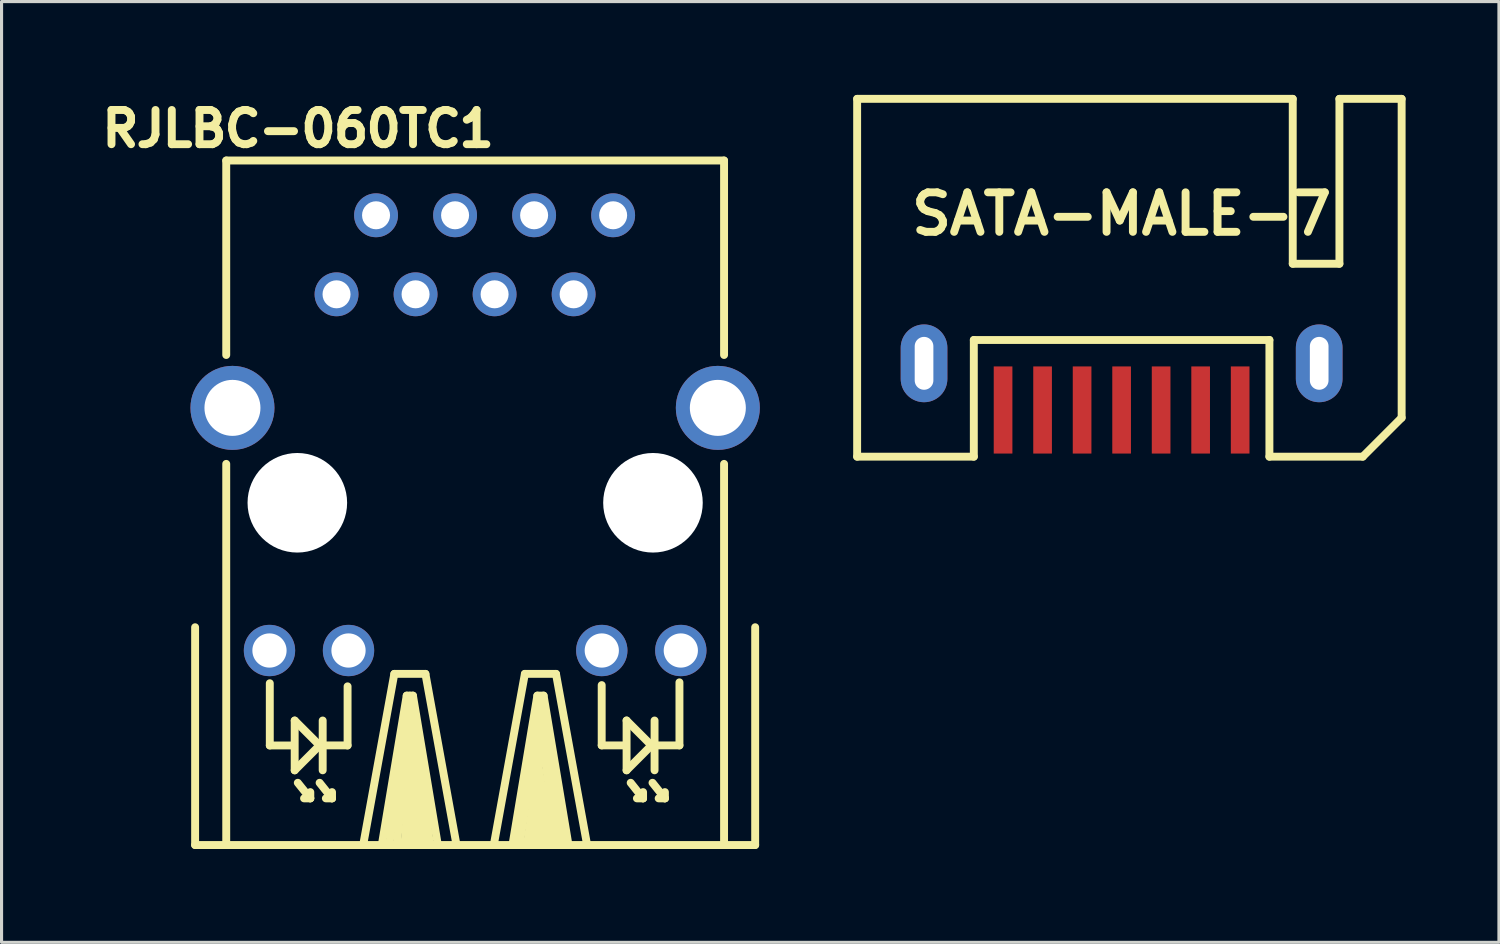
<source format=kicad_pcb>
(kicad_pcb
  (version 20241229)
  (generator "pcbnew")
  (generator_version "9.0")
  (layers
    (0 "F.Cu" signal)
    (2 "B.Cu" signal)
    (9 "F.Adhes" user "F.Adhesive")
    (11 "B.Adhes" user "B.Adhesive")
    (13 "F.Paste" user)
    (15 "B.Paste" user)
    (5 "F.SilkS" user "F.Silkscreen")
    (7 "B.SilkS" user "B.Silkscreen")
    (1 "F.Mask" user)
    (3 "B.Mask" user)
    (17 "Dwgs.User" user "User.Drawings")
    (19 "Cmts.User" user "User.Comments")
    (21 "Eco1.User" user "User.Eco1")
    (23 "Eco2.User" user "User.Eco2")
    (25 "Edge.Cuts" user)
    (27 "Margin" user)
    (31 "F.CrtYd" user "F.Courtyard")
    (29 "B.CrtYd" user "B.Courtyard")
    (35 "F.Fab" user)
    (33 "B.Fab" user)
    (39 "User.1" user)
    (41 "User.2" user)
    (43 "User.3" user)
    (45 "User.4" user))
  (footprint "SATA-MALE-7"
    (layer "F.Cu")
    (at 32.998 8.627)
    (property "Reference" "SATA-MALE-7" (at 0 -4.8 0) (layer "F.SilkS") (effects (font (size 1.27 1.27) (thickness 0.254))))
    (attr smd)
    (fp_line (start -8.5 -8.5) (end -8.5 3) (stroke (width 0.254) (type solid)) (layer "F.SilkS"))
    (fp_line (start -8.5 3) (end -4.75 3) (stroke (width 0.254) (type solid)) (layer "F.SilkS"))
    (fp_line (start -4.75 -0.75) (end 4.75 -0.75) (stroke (width 0.254) (type solid)) (layer "F.SilkS"))
    (fp_line (start -4.75 3) (end -4.75 -0.75) (stroke (width 0.254) (type solid)) (layer "F.SilkS"))
    (fp_line (start 4.75 -0.75) (end 4.75 3) (stroke (width 0.254) (type solid)) (layer "F.SilkS"))
    (fp_line (start 4.75 3) (end 7.75 3) (stroke (width 0.254) (type solid)) (layer "F.SilkS"))
    (fp_line (start 5.5 -8.5) (end -8.5 -8.5) (stroke (width 0.254) (type solid)) (layer "F.SilkS"))
    (fp_line (start 5.5 -3.2) (end 5.5 -8.5) (stroke (width 0.254) (type solid)) (layer "F.SilkS"))
    (fp_line (start 7 -8.5) (end 7 -3.2) (stroke (width 0.254) (type solid)) (layer "F.SilkS"))
    (fp_line (start 7 -3.2) (end 5.5 -3.2) (stroke (width 0.254) (type solid)) (layer "F.SilkS"))
    (fp_line (start 7.75 3) (end 9 1.75) (stroke (width 0.254) (type solid)) (layer "F.SilkS"))
    (fp_line (start 9 -8.5) (end 7 -8.5) (stroke (width 0.254) (type solid)) (layer "F.SilkS"))
    (fp_line (start 9 1.75) (end 9 -8.5) (stroke (width 0.254) (type solid)) (layer "F.SilkS"))
    (pad "" smd rect (at -6.35 0) (size 1.5 2.5) (layers "F.Paste"))
    (pad "" smd rect (at 6.35 0) (size 1.5 2.5) (layers "F.Paste"))
    (pad "0" thru_hole oval (at -6.35 0) (size 1.5 2.5) (drill oval 0.6 1.7) (layers "*.Cu" "*.Mask"))
    (pad "0" thru_hole oval (at 6.35 0) (size 1.5 2.5) (drill oval 0.6 1.7) (layers "*.Cu" "*.Mask"))
    (pad "1" smd rect (at -3.81 1.5) (size 0.6 2.8) (layers "F.Cu" "F.Mask" "F.Paste"))
    (pad "2" smd rect (at -2.54 1.5) (size 0.6 2.8) (layers "F.Cu" "F.Mask" "F.Paste"))
    (pad "3" smd rect (at -1.27 1.5) (size 0.6 2.8) (layers "F.Cu" "F.Mask" "F.Paste"))
    (pad "4" smd rect (at 0 1.5) (size 0.6 2.8) (layers "F.Cu" "F.Mask" "F.Paste"))
    (pad "5" smd rect (at 1.27 1.5) (size 0.6 2.8) (layers "F.Cu" "F.Mask" "F.Paste"))
    (pad "6" smd rect (at 2.54 1.5) (size 0.6 2.8) (layers "F.Cu" "F.Mask" "F.Paste"))
    (pad "7" smd rect (at 3.81 1.5) (size 0.6 2.8) (layers "F.Cu" "F.Mask" "F.Paste")))
  (footprint "RJLBC-060TC1"
    (layer "F.Cu")
    (at 12.221 13.109)
    (property "Reference" "RJLBC-060TC1" (at -5.69 -12.02 0) (layer "F.SilkS") (effects (font (size 1.1 1.1) (thickness 0.254))))
    (attr through_hole)
    (fp_line (start -9 11) (end -9 4) (stroke (width 0.254) (type solid)) (layer "F.SilkS"))
    (fp_line (start -8 -11) (end 8 -11) (stroke (width 0.254) (type solid)) (layer "F.SilkS"))
    (fp_line (start -8 -4.75) (end -8 -11) (stroke (width 0.254) (type solid)) (layer "F.SilkS"))
    (fp_line (start -8 11) (end -9 11) (stroke (width 0.254) (type solid)) (layer "F.SilkS"))
    (fp_line (start -8 11) (end -8 -1.25) (stroke (width 0.254) (type solid)) (layer "F.SilkS"))
    (fp_line (start -6.6 5.8) (end -6.6 7.8) (stroke (width 0.254) (type solid)) (layer "F.SilkS"))
    (fp_line (start -6.6 7.8) (end -5.9 7.8) (stroke (width 0.254) (type solid)) (layer "F.SilkS"))
    (fp_line (start -5.8 7) (end -5.8 8.6) (stroke (width 0.254) (type solid)) (layer "F.SilkS"))
    (fp_line (start -5.799 6.998) (end -4.999 7.798) (stroke (width 0.254) (type solid)) (layer "F.SilkS"))
    (fp_line (start -5.7 8.999) (end -5.298 9.5) (stroke (width 0.254) (type solid)) (layer "F.SilkS"))
    (fp_line (start -5.298 9.5) (end -5.499 9.5) (stroke (width 0.254) (type solid)) (layer "F.SilkS"))
    (fp_line (start -5.298 9.5) (end -5.298 9.299) (stroke (width 0.254) (type solid)) (layer "F.SilkS"))
    (fp_line (start -4.999 7.798) (end -5.799 8.598) (stroke (width 0.254) (type solid)) (layer "F.SilkS"))
    (fp_line (start -4.999 8.999) (end -4.6 9.5) (stroke (width 0.254) (type solid)) (layer "F.SilkS"))
    (fp_line (start -4.9 6.998) (end -4.9 8.598) (stroke (width 0.254) (type solid)) (layer "F.SilkS"))
    (fp_line (start -4.798 7.798) (end -4.1 7.798) (stroke (width 0.254) (type solid)) (layer "F.SilkS"))
    (fp_line (start -4.6 9.5) (end -4.798 9.5) (stroke (width 0.254) (type solid)) (layer "F.SilkS"))
    (fp_line (start -4.6 9.5) (end -4.6 9.299) (stroke (width 0.254) (type solid)) (layer "F.SilkS"))
    (fp_line (start -4.1 7.8) (end -4.1 5.9) (stroke (width 0.254) (type solid)) (layer "F.SilkS"))
    (fp_line (start -3.599 10.998) (end -2.598 5.499) (stroke (width 0.254) (type solid)) (layer "F.SilkS"))
    (fp_line (start -3 10.998) (end -2.2 6.198) (stroke (width 0.254) (type solid)) (layer "F.SilkS"))
    (fp_line (start -2.598 5.499) (end -1.598 5.499) (stroke (width 0.254) (type solid)) (layer "F.SilkS"))
    (fp_line (start -2.2 6.198) (end -1.999 6.198) (stroke (width 0.254) (type solid)) (layer "F.SilkS"))
    (fp_line (start -2.17 9.36) (end -1.97 11) (stroke (width 0.254) (type solid)) (layer "F.SilkS"))
    (fp_line (start -2.13 7.77) (end -1.77 10.98) (stroke (width 0.254) (type solid)) (layer "F.SilkS"))
    (fp_line (start -2.12 6.96) (end -1.56 10.99) (stroke (width 0.254) (type solid)) (layer "F.SilkS"))
    (fp_line (start -2.11 6.35) (end -2.76 10.98) (stroke (width 0.254) (type solid)) (layer "F.SilkS"))
    (fp_line (start -2.11 7.25) (end -2.52 10.98) (stroke (width 0.254) (type solid)) (layer "F.SilkS"))
    (fp_line (start -2.1 6.2) (end -1.45 10.99) (stroke (width 0.254) (type solid)) (layer "F.SilkS"))
    (fp_line (start -2.08 8.48) (end -2.27 10.99) (stroke (width 0.254) (type solid)) (layer "F.SilkS"))
    (fp_line (start -2 10.13) (end -2.14 10.94) (stroke (width 0.254) (type solid)) (layer "F.SilkS"))
    (fp_line (start -1.999 6.198) (end -1.199 10.998) (stroke (width 0.254) (type solid)) (layer "F.SilkS"))
    (fp_line (start -1.598 5.499) (end -0.599 10.998) (stroke (width 0.254) (type solid)) (layer "F.SilkS"))
    (fp_line (start -1.199 10.998) (end -3 10.998) (stroke (width 0.254) (type solid)) (layer "F.SilkS"))
    (fp_line (start 0.599 10.998) (end 1.598 5.499) (stroke (width 0.254) (type solid)) (layer "F.SilkS"))
    (fp_line (start 1.199 10.998) (end 1.999 6.198) (stroke (width 0.254) (type solid)) (layer "F.SilkS"))
    (fp_line (start 1.598 5.499) (end 2.598 5.499) (stroke (width 0.254) (type solid)) (layer "F.SilkS"))
    (fp_line (start 1.98 9.39) (end 2.26 10.97) (stroke (width 0.254) (type solid)) (layer "F.SilkS"))
    (fp_line (start 1.999 6.198) (end 2.2 6.198) (stroke (width 0.254) (type solid)) (layer "F.SilkS"))
    (fp_line (start 2.02 8.36) (end 2.42 10.93) (stroke (width 0.254) (type solid)) (layer "F.SilkS"))
    (fp_line (start 2.05 8.78) (end 1.9 10.96) (stroke (width 0.254) (type solid)) (layer "F.SilkS"))
    (fp_line (start 2.09 6.39) (end 2.81 10.99) (stroke (width 0.254) (type solid)) (layer "F.SilkS"))
    (fp_line (start 2.09 7.14) (end 2.61 10.87) (stroke (width 0.254) (type solid)) (layer "F.SilkS"))
    (fp_line (start 2.09 10.1) (end 2.09 10.97) (stroke (width 0.254) (type solid)) (layer "F.SilkS"))
    (fp_line (start 2.1 6.56) (end 1.43 10.98) (stroke (width 0.254) (type solid)) (layer "F.SilkS"))
    (fp_line (start 2.15 7.61) (end 1.67 10.97) (stroke (width 0.254) (type solid)) (layer "F.SilkS"))
    (fp_line (start 2.2 6.198) (end 3 10.998) (stroke (width 0.254) (type solid)) (layer "F.SilkS"))
    (fp_line (start 2.598 5.499) (end 3.599 10.998) (stroke (width 0.254) (type solid)) (layer "F.SilkS"))
    (fp_line (start 3 10.998) (end 1.199 10.998) (stroke (width 0.254) (type solid)) (layer "F.SilkS"))
    (fp_line (start 4.067 7.798) (end 4.067 5.86) (stroke (width 0.254) (type solid)) (layer "F.SilkS"))
    (fp_line (start 4.768 7.798) (end 4.067 7.798) (stroke (width 0.254) (type solid)) (layer "F.SilkS"))
    (fp_line (start 4.867 8.598) (end 4.867 6.998) (stroke (width 0.254) (type solid)) (layer "F.SilkS"))
    (fp_line (start 4.867 8.598) (end 5.667 7.798) (stroke (width 0.254) (type solid)) (layer "F.SilkS"))
    (fp_line (start 4.999 8.999) (end 5.397 9.5) (stroke (width 0.254) (type solid)) (layer "F.SilkS"))
    (fp_line (start 5.397 9.5) (end 5.199 9.5) (stroke (width 0.254) (type solid)) (layer "F.SilkS"))
    (fp_line (start 5.397 9.5) (end 5.397 9.299) (stroke (width 0.254) (type solid)) (layer "F.SilkS"))
    (fp_line (start 5.667 7.798) (end 4.867 6.998) (stroke (width 0.254) (type solid)) (layer "F.SilkS"))
    (fp_line (start 5.7 8.999) (end 6.099 9.5) (stroke (width 0.254) (type solid)) (layer "F.SilkS"))
    (fp_line (start 5.766 8.598) (end 5.766 6.998) (stroke (width 0.254) (type solid)) (layer "F.SilkS"))
    (fp_line (start 6.099 9.5) (end 5.898 9.5) (stroke (width 0.254) (type solid)) (layer "F.SilkS"))
    (fp_line (start 6.099 9.5) (end 6.099 9.299) (stroke (width 0.254) (type solid)) (layer "F.SilkS"))
    (fp_line (start 6.566 5.771) (end 6.566 7.798) (stroke (width 0.254) (type solid)) (layer "F.SilkS"))
    (fp_line (start 6.566 7.798) (end 5.867 7.798) (stroke (width 0.254) (type solid)) (layer "F.SilkS"))
    (fp_line (start 8 -11) (end 8 -4.75) (stroke (width 0.254) (type solid)) (layer "F.SilkS"))
    (fp_line (start 8 -1.25) (end 8 11) (stroke (width 0.254) (type solid)) (layer "F.SilkS"))
    (fp_line (start 8 11) (end -8 11) (stroke (width 0.254) (type solid)) (layer "F.SilkS"))
    (fp_line (start 8 11) (end 9 11) (stroke (width 0.254) (type solid)) (layer "F.SilkS"))
    (fp_line (start 9 11) (end 9 4) (stroke (width 0.254) (type solid)) (layer "F.SilkS"))
    (pad "" np_thru_hole circle (at -5.715 0) (size 3.2 3.2) (drill 3.2) (layers "*.Cu" "*.Mask"))
    (pad "" np_thru_hole circle (at 5.715 0) (size 3.2 3.2) (drill 3.2) (layers "*.Cu" "*.Mask"))
    (pad "1" thru_hole circle (at -4.455 -6.7) (size 1.41 1.41) (drill 0.9) (layers "*.Cu" "*.Mask"))
    (pad "2" thru_hole circle (at -3.185 -9.24) (size 1.41 1.41) (drill 0.9) (layers "*.Cu" "*.Mask"))
    (pad "3" thru_hole circle (at -1.915 -6.7) (size 1.41 1.41) (drill 0.9) (layers "*.Cu" "*.Mask"))
    (pad "4" thru_hole circle (at -0.645 -9.24) (size 1.41 1.41) (drill 0.9) (layers "*.Cu" "*.Mask"))
    (pad "5" thru_hole circle (at 0.625 -6.7) (size 1.41 1.41) (drill 0.9) (layers "*.Cu" "*.Mask"))
    (pad "6" thru_hole circle (at 1.895 -9.24) (size 1.41 1.41) (drill 0.9) (layers "*.Cu" "*.Mask"))
    (pad "7" thru_hole circle (at 3.165 -6.7) (size 1.41 1.41) (drill 0.9) (layers "*.Cu" "*.Mask"))
    (pad "8" thru_hole circle (at 4.435 -9.24) (size 1.41 1.41) (drill 0.9) (layers "*.Cu" "*.Mask"))
    (pad "AG1" thru_hole circle (at 4.07 4.748) (size 1.65 1.65) (drill 1.1) (layers "*.Cu" "*.Mask"))
    (pad "AY1" thru_hole circle (at -6.61 4.748) (size 1.65 1.65) (drill 1.1) (layers "*.Cu" "*.Mask"))
    (pad "GND1" thru_hole circle (at -7.8 -3.05) (size 2.7 2.7) (drill 1.8) (layers "*.Cu" "*.Mask"))
    (pad "GND2" thru_hole circle (at 7.8 -3.05) (size 2.7 2.7) (drill 1.8) (layers "*.Cu" "*.Mask"))
    (pad "KG1" thru_hole circle (at 6.61 4.748) (size 1.65 1.65) (drill 1.1) (layers "*.Cu" "*.Mask"))
    (pad "KY1" thru_hole circle (at -4.07 4.748) (size 1.65 1.65) (drill 1.1) (layers "*.Cu" "*.Mask")))
  (gr_rect
    (start -3 -3)
    (end 45.125 27.236)
    (stroke (width 0.1) (type default))
    (fill no)
    (layer "Edge.Cuts")))
</source>
